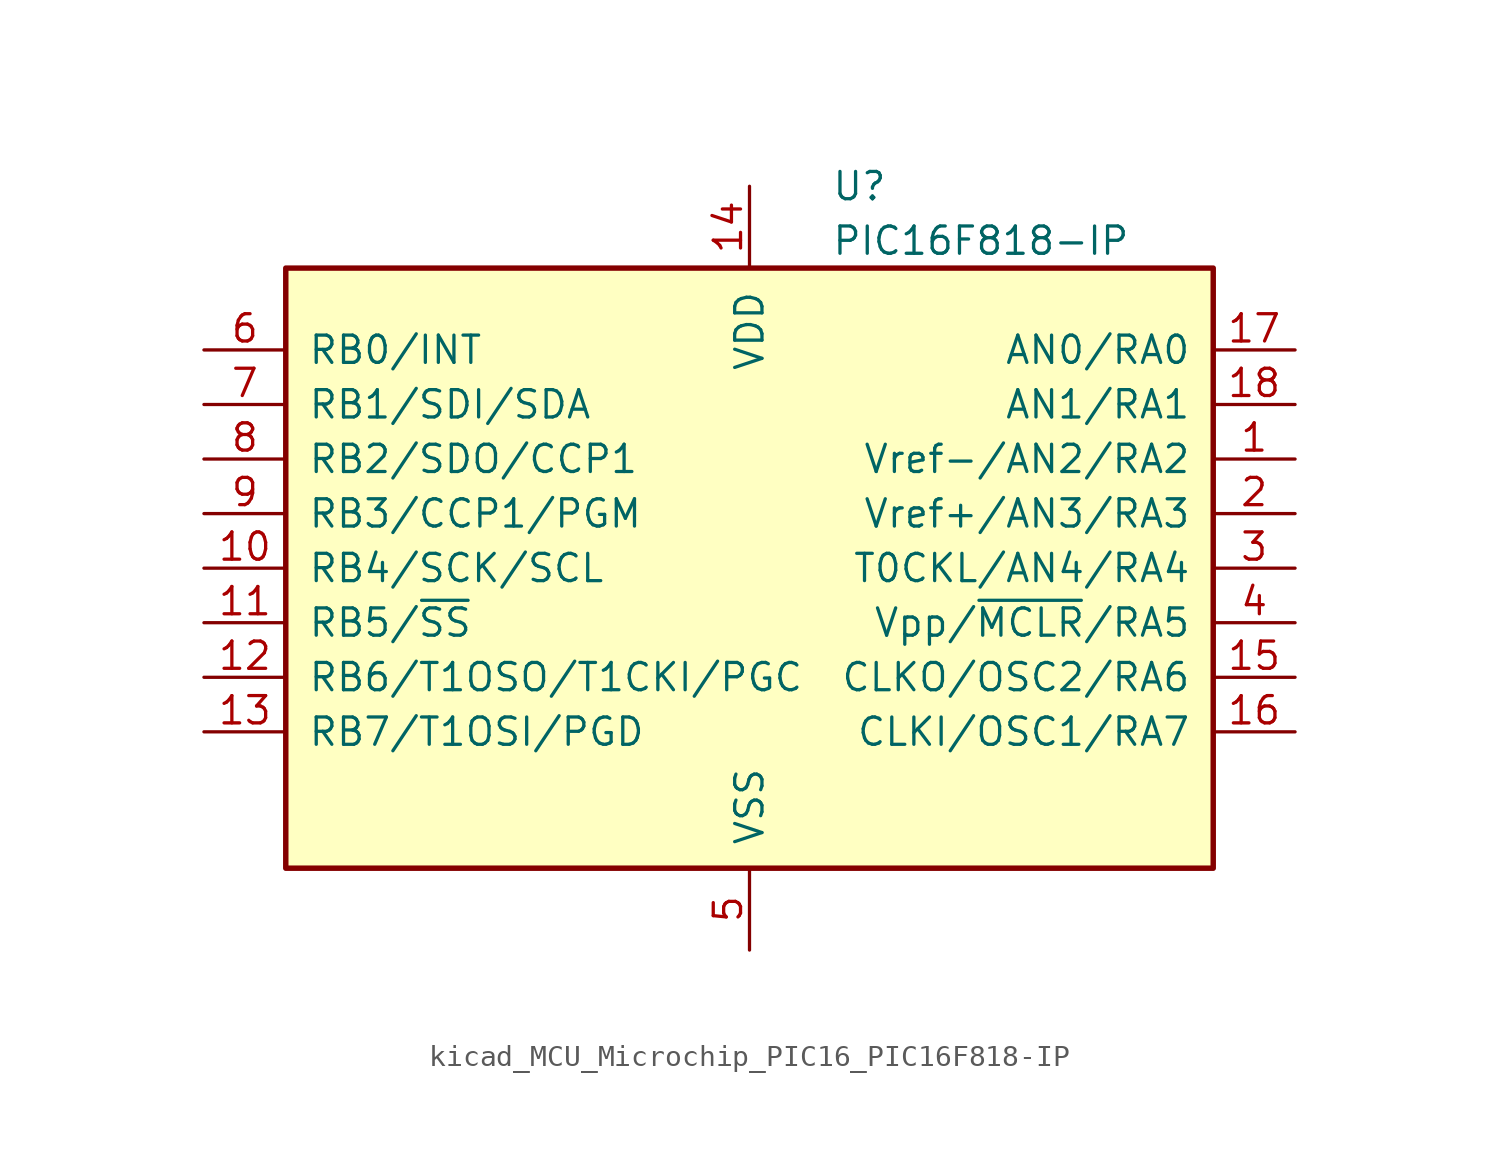
<source format=kicad_sym>
(kicad_symbol_lib
  (version 20220914)
  (generator kicad_symbol_editor)
  (symbol "kicad_MCU_Microchip_PIC16_PIC16F818-IP"
    (pin_names
      (offset 1.016))
    (property "Reference" "U"
      (at 3.81 17.78 0)
      (effects (font (size 1.27 1.27)) (justify left)))
    (property "Value" "PIC16F818-IP"
      (at 3.81 15.24 0)
      (effects (font (size 1.27 1.27)) (justify left)))
    (symbol "kicad_MCU_Microchip_PIC16_PIC16F818-IP_0_1"
      (rectangle (start -21.59 13.97) (end 21.59 -13.97) (stroke (width 0.254) (type default)) (fill (type background))))
    (symbol "kicad_MCU_Microchip_PIC16_PIC16F818-IP_1_1"
      (pin bidirectional line (at 25.4 5.08 180) (length 3.81) (name "Vref-/AN2/RA2" (effects (font (size 1.27 1.27)))) (number "1" (effects (font (size 1.27 1.27)))))
      (pin bidirectional line (at -25.4 0 0) (length 3.81) (name "RB4/SCK/SCL" (effects (font (size 1.27 1.27)))) (number "10" (effects (font (size 1.27 1.27)))))
      (pin bidirectional line (at -25.4 -2.54 0) (length 3.81) (name "RB5/~{SS}" (effects (font (size 1.27 1.27)))) (number "11" (effects (font (size 1.27 1.27)))))
      (pin bidirectional line (at -25.4 -5.08 0) (length 3.81) (name "RB6/T1OSO/T1CKI/PGC" (effects (font (size 1.27 1.27)))) (number "12" (effects (font (size 1.27 1.27)))))
      (pin bidirectional line (at -25.4 -7.62 0) (length 3.81) (name "RB7/T1OSI/PGD" (effects (font (size 1.27 1.27)))) (number "13" (effects (font (size 1.27 1.27)))))
      (pin power_in line (at 0 17.78 270) (length 3.81) (name "VDD" (effects (font (size 1.27 1.27)))) (number "14" (effects (font (size 1.27 1.27)))))
      (pin bidirectional line (at 25.4 -5.08 180) (length 3.81) (name "CLKO/OSC2/RA6" (effects (font (size 1.27 1.27)))) (number "15" (effects (font (size 1.27 1.27)))))
      (pin bidirectional line (at 25.4 -7.62 180) (length 3.81) (name "CLKI/OSC1/RA7" (effects (font (size 1.27 1.27)))) (number "16" (effects (font (size 1.27 1.27)))))
      (pin bidirectional line (at 25.4 10.16 180) (length 3.81) (name "AN0/RA0" (effects (font (size 1.27 1.27)))) (number "17" (effects (font (size 1.27 1.27)))))
      (pin bidirectional line (at 25.4 7.62 180) (length 3.81) (name "AN1/RA1" (effects (font (size 1.27 1.27)))) (number "18" (effects (font (size 1.27 1.27)))))
      (pin bidirectional line (at 25.4 2.54 180) (length 3.81) (name "Vref+/AN3/RA3" (effects (font (size 1.27 1.27)))) (number "2" (effects (font (size 1.27 1.27)))))
      (pin bidirectional line (at 25.4 0 180) (length 3.81) (name "T0CKL/AN4/RA4" (effects (font (size 1.27 1.27)))) (number "3" (effects (font (size 1.27 1.27)))))
      (pin input line (at 25.4 -2.54 180) (length 3.81) (name "Vpp/~{MCLR}/RA5" (effects (font (size 1.27 1.27)))) (number "4" (effects (font (size 1.27 1.27)))))
      (pin power_in line (at 0 -17.78 90) (length 3.81) (name "VSS" (effects (font (size 1.27 1.27)))) (number "5" (effects (font (size 1.27 1.27)))))
      (pin bidirectional line (at -25.4 10.16 0) (length 3.81) (name "RB0/INT" (effects (font (size 1.27 1.27)))) (number "6" (effects (font (size 1.27 1.27)))))
      (pin bidirectional line (at -25.4 7.62 0) (length 3.81) (name "RB1/SDI/SDA" (effects (font (size 1.27 1.27)))) (number "7" (effects (font (size 1.27 1.27)))))
      (pin bidirectional line (at -25.4 5.08 0) (length 3.81) (name "RB2/SDO/CCP1" (effects (font (size 1.27 1.27)))) (number "8" (effects (font (size 1.27 1.27)))))
      (pin bidirectional line (at -25.4 2.54 0) (length 3.81) (name "RB3/CCP1/PGM" (effects (font (size 1.27 1.27)))) (number "9" (effects (font (size 1.27 1.27))))))))
</source>
